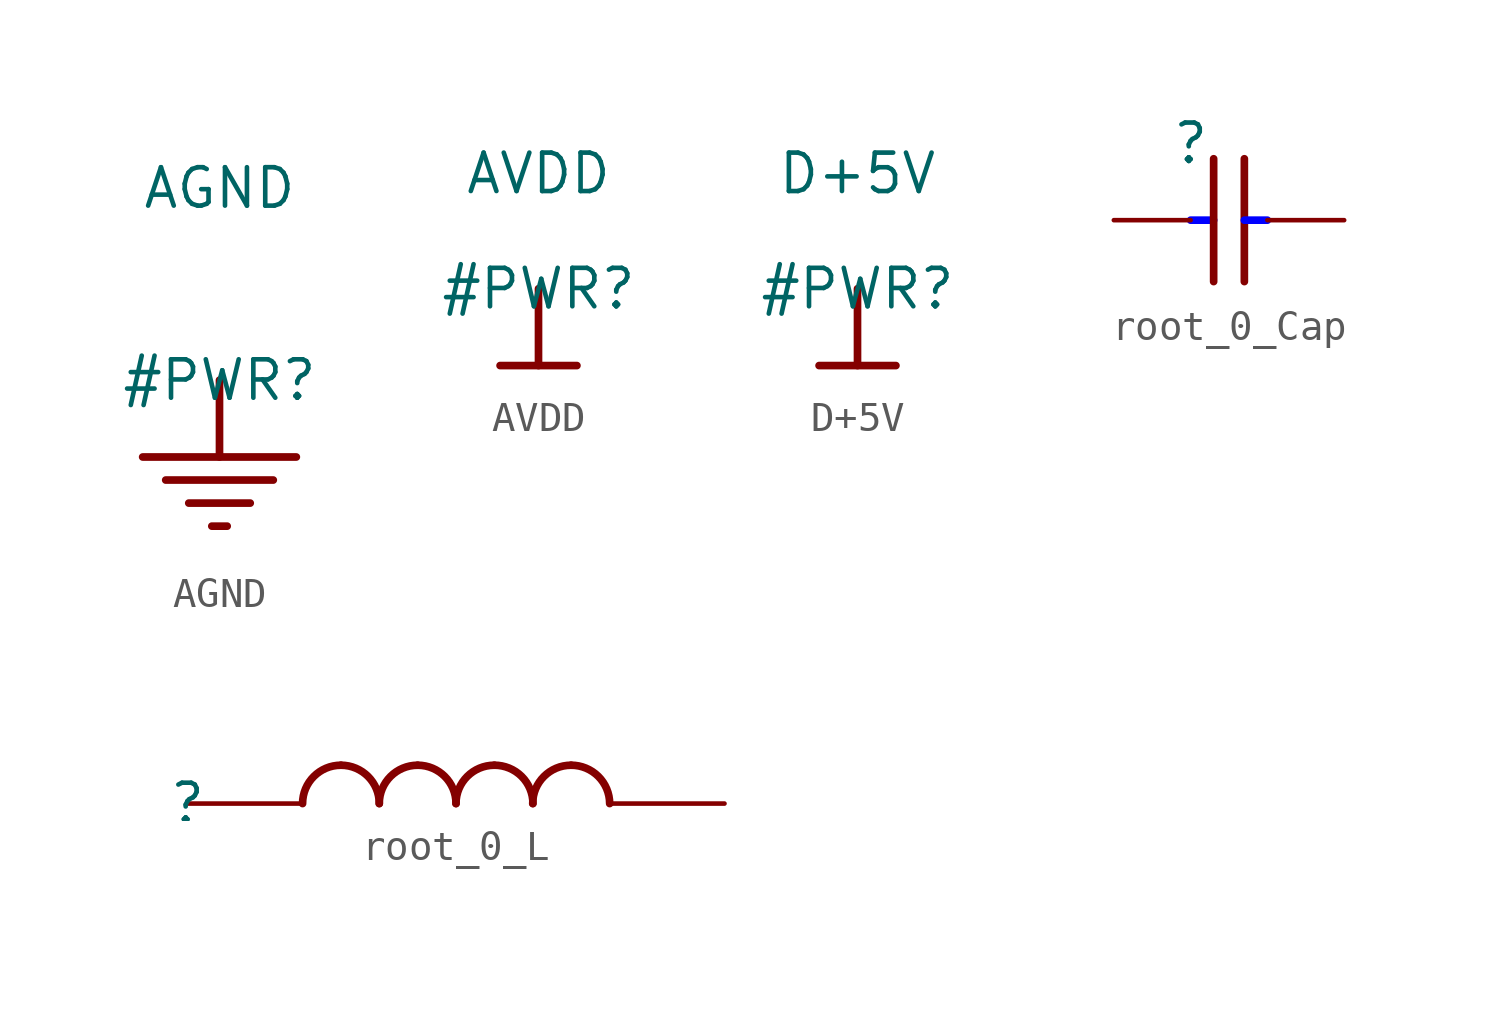
<source format=kicad_sym>
(kicad_symbol_lib
  (version 20220914)
  (generator kicad_symbol_editor)
  (symbol "AGND"
    (power)
    (property "Reference" "#PWR"
      (at 0 0 0)
      (effects (font (size 1.27 1.27))))
    (property "Value" "AGND"
      (at 0 6.35 0)
      (effects (font (size 1.27 1.27))))
    (symbol "AGND_0_0"
      (polyline (pts (xy -2.54 -2.54) (xy 2.54 -2.54)) (stroke (width 0.254) (type solid)) (fill (type none)))
      (polyline (pts (xy -1.778 -3.302) (xy 1.778 -3.302)) (stroke (width 0.254) (type solid)) (fill (type none)))
      (polyline (pts (xy -1.016 -4.064) (xy 1.016 -4.064)) (stroke (width 0.254) (type solid)) (fill (type none)))
      (polyline (pts (xy -0.254 -4.826) (xy 0.254 -4.826)) (stroke (width 0.254) (type solid)) (fill (type none)))
      (polyline (pts (xy 0 0) (xy 0 -2.54)) (stroke (width 0.254) (type solid)) (fill (type none)))
      (pin power_in line (at 0 0 0) (length 0) hide (name "AGND" (effects (font (size 1.27 1.27)))) (number "" (effects (font (size 1.27 1.27)))))))
  (symbol "AVDD"
    (power)
    (property "Reference" "#PWR"
      (at 0 0 0)
      (effects (font (size 1.27 1.27))))
    (property "Value" "AVDD"
      (at 0 3.81 0)
      (effects (font (size 1.27 1.27))))
    (symbol "AVDD_0_0"
      (polyline (pts (xy -1.27 -2.54) (xy 1.27 -2.54)) (stroke (width 0.254) (type solid)) (fill (type none)))
      (polyline (pts (xy 0 0) (xy 0 -2.54)) (stroke (width 0.254) (type solid)) (fill (type none)))
      (pin power_in line (at 0 0 0) (length 0) hide (name "AVDD" (effects (font (size 1.27 1.27)))) (number "" (effects (font (size 1.27 1.27)))))))
  (symbol "D+5V"
    (power)
    (property "Reference" "#PWR"
      (at 0 0 0)
      (effects (font (size 1.27 1.27))))
    (property "Value" "D+5V"
      (at 0 3.81 0)
      (effects (font (size 1.27 1.27))))
    (symbol "D+5V_0_0"
      (polyline (pts (xy -1.27 -2.54) (xy 1.27 -2.54)) (stroke (width 0.254) (type solid)) (fill (type none)))
      (polyline (pts (xy 0 0) (xy 0 -2.54)) (stroke (width 0.254) (type solid)) (fill (type none)))
      (pin power_in line (at 0 0 0) (length 0) hide (name "D+5V" (effects (font (size 1.27 1.27)))) (number "" (effects (font (size 1.27 1.27)))))))
  (symbol "root_0_Cap"
    (property "Reference" ""
      (at 0 0 0)
      (effects (font (size 1.27 1.27))))
    (property "Value" ""
      (at 0 0 0)
      (effects (font (size 1.27 1.27))))
    (symbol "root_0_Cap_1_0"
      (polyline (pts (xy 0 -2.54) (xy 0.762 -2.54)) (stroke (width 0.254) (type solid) (color 0 0 255 1)) (fill (type none)))
      (polyline (pts (xy 0.762 -4.572) (xy 0.762 -0.508)) (stroke (width 0.254) (type solid)) (fill (type none)))
      (polyline (pts (xy 1.778 -0.508) (xy 1.778 -4.572)) (stroke (width 0.254) (type solid)) (fill (type none)))
      (polyline (pts (xy 2.54 -2.54) (xy 1.778 -2.54)) (stroke (width 0.254) (type solid) (color 0 0 255 1)) (fill (type none)))
      (pin passive line (at -2.54 -2.54 0) (length 2.54) (name "1" (effects (font (size 0 0)))) (number "1" (effects (font (size 0 0)))))
      (pin passive line (at 5.08 -2.54 180) (length 2.54) (name "2" (effects (font (size 0 0)))) (number "2" (effects (font (size 0 0)))))))
  (symbol "root_0_L"
    (property "Reference" ""
      (at 0 0 0)
      (effects (font (size 1.27 1.27))))
    (property "Value" ""
      (at 0 0 0)
      (effects (font (size 1.27 1.27))))
    (symbol "root_0_L_1_0"
      (arc (start 5.08 1.27) (mid 4.182 0.898) (end 3.81 0) (stroke (width 0.254) (type solid)) (fill (type none)))
      (arc (start 6.35 0) (mid 5.978 0.898) (end 5.08 1.27) (stroke (width 0.254) (type solid)) (fill (type none)))
      (arc (start 7.62 1.27) (mid 6.722 0.898) (end 6.35 0) (stroke (width 0.254) (type solid)) (fill (type none)))
      (arc (start 8.89 0) (mid 8.518 0.898) (end 7.62 1.27) (stroke (width 0.254) (type solid)) (fill (type none)))
      (arc (start 10.16 1.27) (mid 9.262 0.898) (end 8.89 0) (stroke (width 0.254) (type solid)) (fill (type none)))
      (arc (start 11.43 0) (mid 11.058 0.898) (end 10.16 1.27) (stroke (width 0.254) (type solid)) (fill (type none)))
      (arc (start 12.7 1.27) (mid 11.802 0.898) (end 11.43 0) (stroke (width 0.254) (type solid)) (fill (type none)))
      (arc (start 13.97 0) (mid 13.598 0.898) (end 12.7 1.27) (stroke (width 0.254) (type solid)) (fill (type none)))
      (pin passive line (at 0 0 0) (length 3.81) (name "1" (effects (font (size 0 0)))) (number "1" (effects (font (size 0 0)))))
      (pin passive line (at 17.78 0 180) (length 3.81) (name "2" (effects (font (size 0 0)))) (number "2" (effects (font (size 0 0))))))))
</source>
